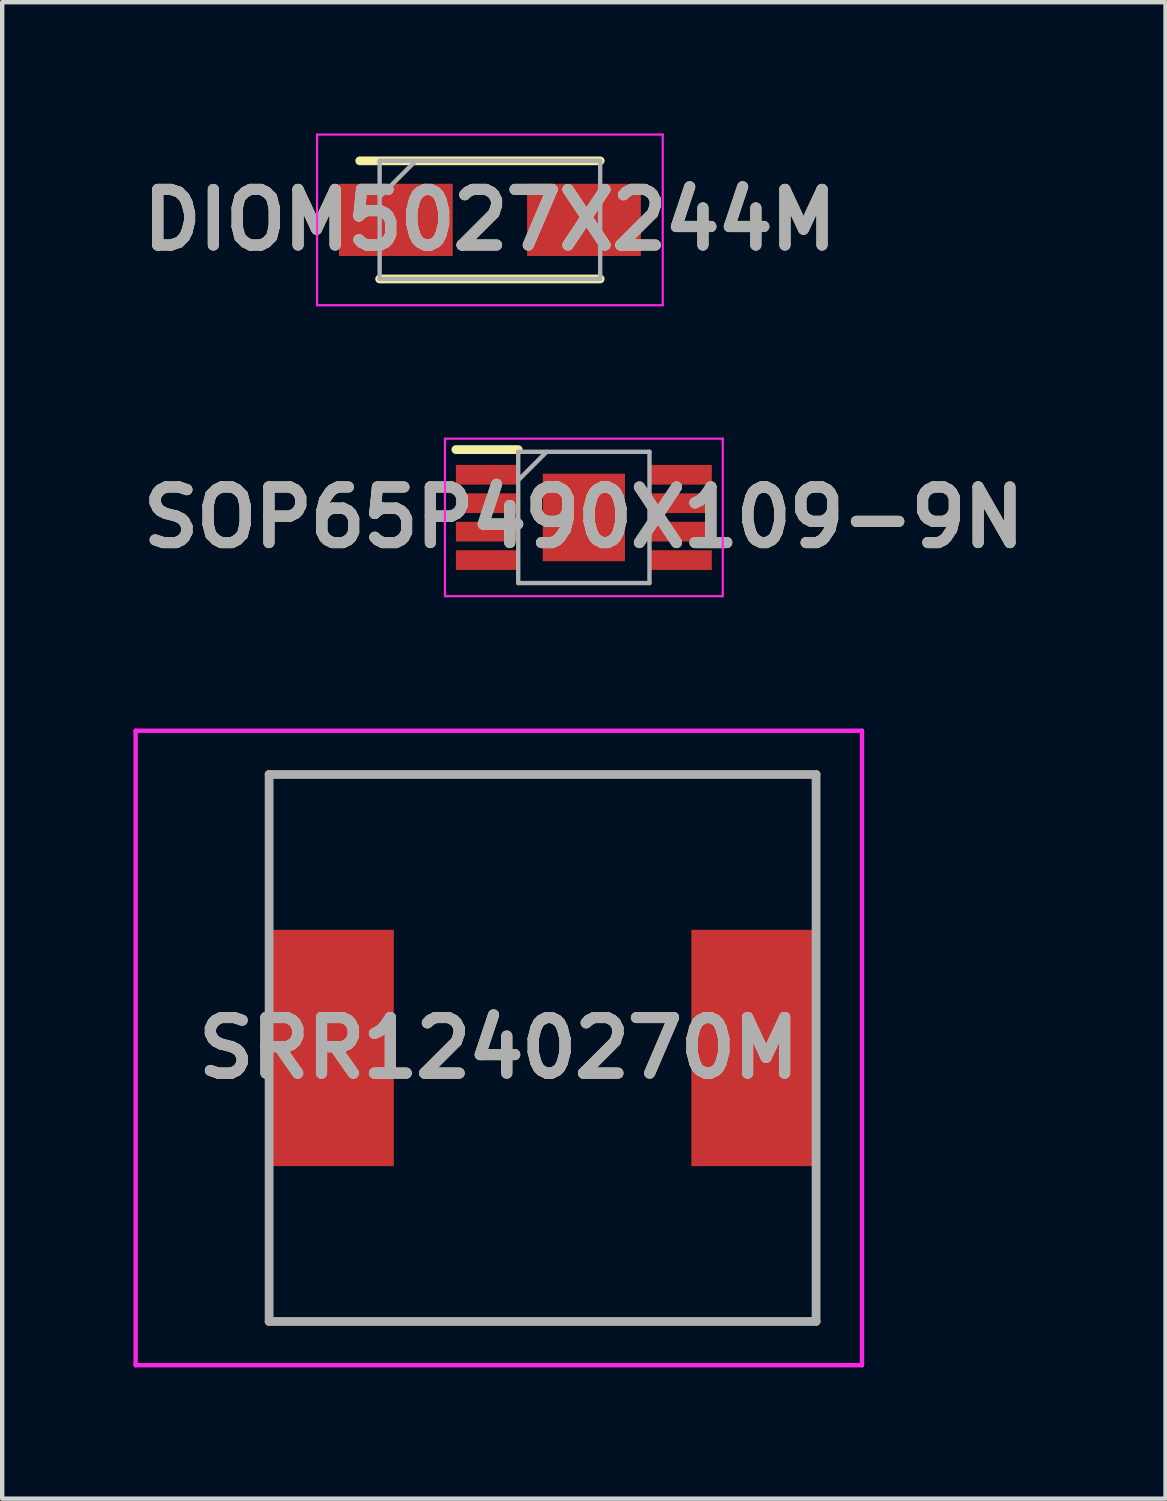
<source format=kicad_pcb>
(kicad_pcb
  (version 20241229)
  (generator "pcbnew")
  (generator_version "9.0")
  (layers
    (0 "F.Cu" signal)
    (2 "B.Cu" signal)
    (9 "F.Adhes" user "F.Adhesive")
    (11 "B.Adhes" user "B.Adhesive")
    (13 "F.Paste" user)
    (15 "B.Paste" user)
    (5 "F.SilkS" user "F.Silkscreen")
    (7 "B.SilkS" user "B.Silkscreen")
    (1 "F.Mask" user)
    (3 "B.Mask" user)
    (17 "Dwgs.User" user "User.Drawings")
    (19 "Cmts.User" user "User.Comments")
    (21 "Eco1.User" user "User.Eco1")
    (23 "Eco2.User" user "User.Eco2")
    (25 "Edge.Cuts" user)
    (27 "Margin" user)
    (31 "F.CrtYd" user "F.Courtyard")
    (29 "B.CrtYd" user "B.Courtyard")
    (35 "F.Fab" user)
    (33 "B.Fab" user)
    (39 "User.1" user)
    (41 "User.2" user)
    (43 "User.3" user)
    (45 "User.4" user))
  (footprint "DIOM5027X244M"
    (layer "F.Cu")
    (at 8.146 1.975)
    (property "Reference" "DIOM5027X244M" (at 0 0 0) (layer "F.SilkS") (effects (font (size 1.27 1.27) (thickness 0.254))))
    (attr smd)
    (fp_line (start -2.52 1.35) (end 2.52 1.35) (stroke (width 0.2) (type solid)) (layer "F.SilkS"))
    (fp_line (start 2.52 -1.35) (end -2.975 -1.35) (stroke (width 0.2) (type solid)) (layer "F.SilkS"))
    (fp_line (start -3.95 -1.95) (end 3.95 -1.95) (stroke (width 0.05) (type solid)) (layer "F.CrtYd"))
    (fp_line (start -3.95 1.95) (end -3.95 -1.95) (stroke (width 0.05) (type solid)) (layer "F.CrtYd"))
    (fp_line (start 3.95 -1.95) (end 3.95 1.95) (stroke (width 0.05) (type solid)) (layer "F.CrtYd"))
    (fp_line (start 3.95 1.95) (end -3.95 1.95) (stroke (width 0.05) (type solid)) (layer "F.CrtYd"))
    (fp_line (start -2.52 -1.35) (end 2.52 -1.35) (stroke (width 0.1) (type solid)) (layer "F.Fab"))
    (fp_line (start -2.52 -0.525) (end -1.695 -1.35) (stroke (width 0.1) (type solid)) (layer "F.Fab"))
    (fp_line (start -2.52 1.35) (end -2.52 -1.35) (stroke (width 0.1) (type solid)) (layer "F.Fab"))
    (fp_line (start 2.52 -1.35) (end 2.52 1.35) (stroke (width 0.1) (type solid)) (layer "F.Fab"))
    (fp_line (start 2.52 1.35) (end -2.52 1.35) (stroke (width 0.1) (type solid)) (layer "F.Fab"))
    (fp_text user "${REFERENCE}" (at 0 0 0) (layer "F.Fab") (effects (font (size 1.27 1.27) (thickness 0.254))))
    (pad "1" smd rect (at -2.15 0 90) (size 1.65 2.6) (layers "F.Cu" "F.Mask" "F.Paste"))
    (pad "2" smd rect (at 2.15 0 90) (size 1.65 2.6) (layers "F.Cu" "F.Mask" "F.Paste")))
  (footprint "SRR1240270M"
    (layer "F.Cu")
    (at 9.35 20.9)
    (property "Reference" "SRR1240270M" (at -1 0 0) (layer "F.SilkS") (effects (font (size 1.27 1.27) (thickness 0.254))))
    (attr smd)
    (fp_line (start -6.25 -6.25) (end -6.25 -6.25) (stroke (width 0.1) (type solid)) (layer "F.SilkS"))
    (fp_line (start -6.25 -6.25) (end -6.25 -6.25) (stroke (width 0.1) (type solid)) (layer "F.SilkS"))
    (fp_line (start -6.25 -6.25) (end -6.25 -3.5) (stroke (width 0.1) (type solid)) (layer "F.SilkS"))
    (fp_line (start -6.25 -6.25) (end 6.25 -6.25) (stroke (width 0.1) (type solid)) (layer "F.SilkS"))
    (fp_line (start -6.25 -3.5) (end -6.25 -6.25) (stroke (width 0.1) (type solid)) (layer "F.SilkS"))
    (fp_line (start -6.25 -3.5) (end -6.25 -3.5) (stroke (width 0.1) (type solid)) (layer "F.SilkS"))
    (fp_line (start -6.25 3.5) (end -6.25 3.5) (stroke (width 0.1) (type solid)) (layer "F.SilkS"))
    (fp_line (start -6.25 3.5) (end -6.25 6.25) (stroke (width 0.1) (type solid)) (layer "F.SilkS"))
    (fp_line (start -6.25 6.25) (end -6.25 3.5) (stroke (width 0.1) (type solid)) (layer "F.SilkS"))
    (fp_line (start -6.25 6.25) (end -6.25 6.25) (stroke (width 0.1) (type solid)) (layer "F.SilkS"))
    (fp_line (start -6.25 6.25) (end -6.25 6.25) (stroke (width 0.1) (type solid)) (layer "F.SilkS"))
    (fp_line (start -6.25 6.25) (end 6.25 6.25) (stroke (width 0.1) (type solid)) (layer "F.SilkS"))
    (fp_line (start 6.25 -6.25) (end -6.25 -6.25) (stroke (width 0.1) (type solid)) (layer "F.SilkS"))
    (fp_line (start 6.25 -6.25) (end 6.25 -6.25) (stroke (width 0.1) (type solid)) (layer "F.SilkS"))
    (fp_line (start 6.25 -6.25) (end 6.25 -6.25) (stroke (width 0.1) (type solid)) (layer "F.SilkS"))
    (fp_line (start 6.25 -6.25) (end 6.25 -3.25) (stroke (width 0.1) (type solid)) (layer "F.SilkS"))
    (fp_line (start 6.25 -3.25) (end 6.25 -6.25) (stroke (width 0.1) (type solid)) (layer "F.SilkS"))
    (fp_line (start 6.25 -3.25) (end 6.25 -3.25) (stroke (width 0.1) (type solid)) (layer "F.SilkS"))
    (fp_line (start 6.25 3.5) (end 6.25 3.5) (stroke (width 0.1) (type solid)) (layer "F.SilkS"))
    (fp_line (start 6.25 3.5) (end 6.25 6.25) (stroke (width 0.1) (type solid)) (layer "F.SilkS"))
    (fp_line (start 6.25 6.25) (end -6.25 6.25) (stroke (width 0.1) (type solid)) (layer "F.SilkS"))
    (fp_line (start 6.25 6.25) (end 6.25 3.5) (stroke (width 0.1) (type solid)) (layer "F.SilkS"))
    (fp_line (start 6.25 6.25) (end 6.25 6.25) (stroke (width 0.1) (type solid)) (layer "F.SilkS"))
    (fp_line (start 6.25 6.25) (end 6.25 6.25) (stroke (width 0.1) (type solid)) (layer "F.SilkS"))
    (fp_line (start -9.3 -7.25) (end 7.3 -7.25) (stroke (width 0.1) (type solid)) (layer "F.CrtYd"))
    (fp_line (start -9.3 7.25) (end -9.3 -7.25) (stroke (width 0.1) (type solid)) (layer "F.CrtYd"))
    (fp_line (start 7.3 -7.25) (end 7.3 7.25) (stroke (width 0.1) (type solid)) (layer "F.CrtYd"))
    (fp_line (start 7.3 7.25) (end -9.3 7.25) (stroke (width 0.1) (type solid)) (layer "F.CrtYd"))
    (fp_line (start -6.25 -6.25) (end -6.25 6.25) (stroke (width 0.2) (type solid)) (layer "F.Fab"))
    (fp_line (start -6.25 6.25) (end 6.25 6.25) (stroke (width 0.2) (type solid)) (layer "F.Fab"))
    (fp_line (start 6.25 -6.25) (end -6.25 -6.25) (stroke (width 0.2) (type solid)) (layer "F.Fab"))
    (fp_line (start 6.25 6.25) (end 6.25 -6.25) (stroke (width 0.2) (type solid)) (layer "F.Fab"))
    (fp_text user "${REFERENCE}" (at -1 0 0) (layer "F.Fab") (effects (font (size 1.27 1.27) (thickness 0.254))))
    (pad "1" smd rect (at -4.85 0) (size 2.9 5.4) (layers "F.Cu" "F.Mask" "F.Paste"))
    (pad "2" smd rect (at 4.85 0) (size 2.9 5.4) (layers "F.Cu" "F.Mask" "F.Paste")))
  (footprint "SOP65P490X109-9N"
    (layer "F.Cu")
    (at 10.293 8.775)
    (property "Reference" "SOP65P490X109-9N" (at 0 0 0) (layer "F.SilkS") (effects (font (size 1.27 1.27) (thickness 0.254))))
    (attr smd)
    (fp_line (start -2.925 -1.55) (end -1.5 -1.55) (stroke (width 0.2) (type solid)) (layer "F.SilkS"))
    (fp_line (start -3.175 -1.8) (end 3.175 -1.8) (stroke (width 0.05) (type solid)) (layer "F.CrtYd"))
    (fp_line (start -3.175 1.8) (end -3.175 -1.8) (stroke (width 0.05) (type solid)) (layer "F.CrtYd"))
    (fp_line (start 3.175 -1.8) (end 3.175 1.8) (stroke (width 0.05) (type solid)) (layer "F.CrtYd"))
    (fp_line (start 3.175 1.8) (end -3.175 1.8) (stroke (width 0.05) (type solid)) (layer "F.CrtYd"))
    (fp_line (start -1.5 -1.5) (end 1.5 -1.5) (stroke (width 0.1) (type solid)) (layer "F.Fab"))
    (fp_line (start -1.5 -0.85) (end -0.85 -1.5) (stroke (width 0.1) (type solid)) (layer "F.Fab"))
    (fp_line (start -1.5 1.5) (end -1.5 -1.5) (stroke (width 0.1) (type solid)) (layer "F.Fab"))
    (fp_line (start 1.5 -1.5) (end 1.5 1.5) (stroke (width 0.1) (type solid)) (layer "F.Fab"))
    (fp_line (start 1.5 1.5) (end -1.5 1.5) (stroke (width 0.1) (type solid)) (layer "F.Fab"))
    (fp_text user "${REFERENCE}" (at 0 0 0) (layer "F.Fab") (effects (font (size 1.27 1.27) (thickness 0.254))))
    (pad "1" smd rect (at -2.212 -0.975 90) (size 0.45 1.425) (layers "F.Cu" "F.Mask" "F.Paste"))
    (pad "2" smd rect (at -2.212 -0.325 90) (size 0.45 1.425) (layers "F.Cu" "F.Mask" "F.Paste"))
    (pad "3" smd rect (at -2.212 0.325 90) (size 0.45 1.425) (layers "F.Cu" "F.Mask" "F.Paste"))
    (pad "4" smd rect (at -2.212 0.975 90) (size 0.45 1.425) (layers "F.Cu" "F.Mask" "F.Paste"))
    (pad "5" smd rect (at 2.212 0.975 90) (size 0.45 1.425) (layers "F.Cu" "F.Mask" "F.Paste"))
    (pad "6" smd rect (at 2.212 0.325 90) (size 0.45 1.425) (layers "F.Cu" "F.Mask" "F.Paste"))
    (pad "7" smd rect (at 2.212 -0.325 90) (size 0.45 1.425) (layers "F.Cu" "F.Mask" "F.Paste"))
    (pad "8" smd rect (at 2.212 -0.975 90) (size 0.45 1.425) (layers "F.Cu" "F.Mask" "F.Paste"))
    (pad "9" smd rect (at 0 0) (size 1.88 2) (layers "F.Cu" "F.Mask" "F.Paste")))
  (gr_rect
    (start -3 -3)
    (end 23.586 31.2)
    (stroke (width 0.1) (type default))
    (fill no)
    (layer "Edge.Cuts")))
</source>
